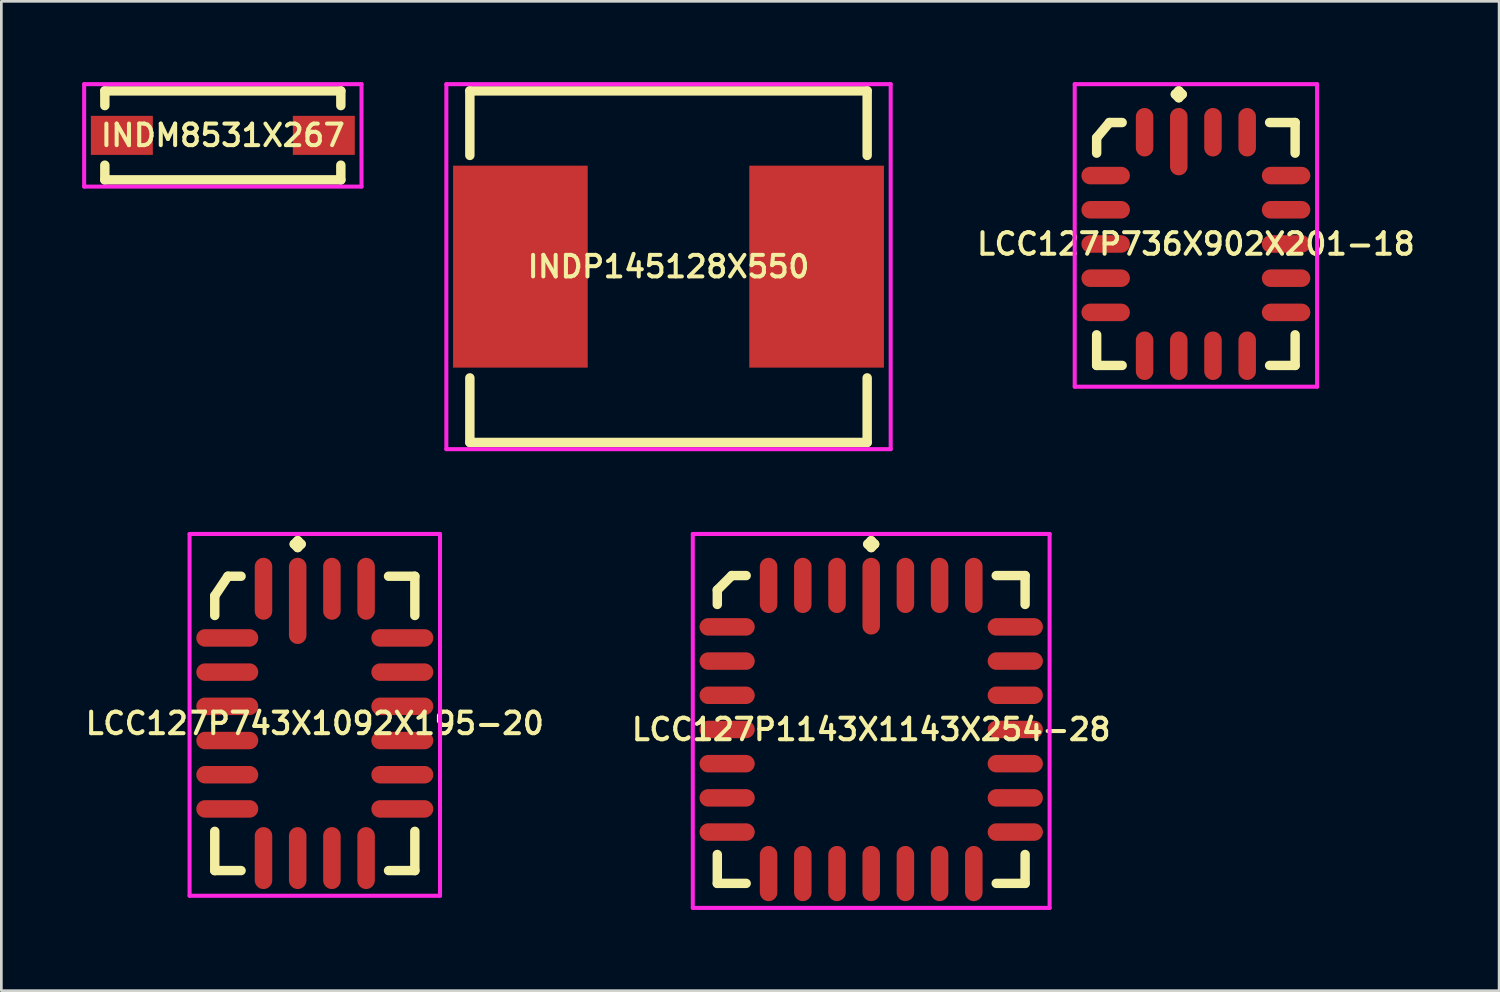
<source format=kicad_pcb>
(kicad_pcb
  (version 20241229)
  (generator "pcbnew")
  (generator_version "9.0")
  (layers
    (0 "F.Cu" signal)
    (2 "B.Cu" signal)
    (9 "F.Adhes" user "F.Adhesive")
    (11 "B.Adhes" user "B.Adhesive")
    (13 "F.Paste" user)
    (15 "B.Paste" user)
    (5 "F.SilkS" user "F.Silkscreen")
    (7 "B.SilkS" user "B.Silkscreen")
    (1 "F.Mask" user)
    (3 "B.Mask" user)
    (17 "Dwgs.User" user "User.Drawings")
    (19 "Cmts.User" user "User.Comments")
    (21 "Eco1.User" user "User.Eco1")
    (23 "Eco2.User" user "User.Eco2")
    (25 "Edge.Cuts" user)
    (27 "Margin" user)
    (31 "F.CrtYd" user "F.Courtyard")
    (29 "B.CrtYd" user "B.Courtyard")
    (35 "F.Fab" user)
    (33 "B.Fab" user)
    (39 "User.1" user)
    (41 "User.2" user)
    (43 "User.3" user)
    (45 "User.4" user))
  (footprint "INDM8531X267"
    (layer "F.Cu")
    (at 5.225 1.977)
    (property "Reference" "INDM8531X267" (at 0 0 0) (layer "F.SilkS") (effects (font (size 0.8 0.8) (thickness 0.15))))
    (attr smd)
    (fp_line (start -4.382 -1.652) (end 4.382 -1.652) (stroke (width 0.35) (type solid)) (layer "F.SilkS"))
    (fp_line (start -4.382 -1.106) (end -4.382 -1.652) (stroke (width 0.35) (type solid)) (layer "F.SilkS"))
    (fp_line (start -4.382 1.106) (end -4.382 1.652) (stroke (width 0.35) (type solid)) (layer "F.SilkS"))
    (fp_line (start -4.382 1.652) (end 4.382 1.652) (stroke (width 0.35) (type solid)) (layer "F.SilkS"))
    (fp_line (start 4.382 -1.652) (end 4.382 -1.106) (stroke (width 0.35) (type solid)) (layer "F.SilkS"))
    (fp_line (start 4.382 1.652) (end 4.382 1.106) (stroke (width 0.35) (type solid)) (layer "F.SilkS"))
    (fp_line (start -5.15 -1.902) (end 5.15 -1.902) (stroke (width 0.15) (type solid)) (layer "F.CrtYd"))
    (fp_line (start -5.15 1.902) (end -5.15 -1.902) (stroke (width 0.15) (type solid)) (layer "F.CrtYd"))
    (fp_line (start 5.15 -1.902) (end 5.15 1.902) (stroke (width 0.15) (type solid)) (layer "F.CrtYd"))
    (fp_line (start 5.15 1.902) (end -5.15 1.902) (stroke (width 0.15) (type solid)) (layer "F.CrtYd"))
    (pad "1" smd rect (at -3.75 0) (size 2.3 1.45) (layers "F.Cu" "F.Mask" "F.Paste"))
    (pad "2" smd rect (at 3.75 0) (size 2.3 1.45) (layers "F.Cu" "F.Mask" "F.Paste")))
  (footprint "LCC127P736X902X201-18"
    (layer "F.Cu")
    (at 41.359 6.01)
    (property "Reference" "LCC127P736X902X201-18" (at 0 0 0) (layer "F.SilkS") (effects (font (size 0.8 0.8) (thickness 0.15))))
    (attr smd)
    (fp_line (start -3.685 -3.942) (end -3.212 -4.51) (stroke (width 0.35) (type solid)) (layer "F.SilkS"))
    (fp_line (start -3.685 -3.373) (end -3.685 -3.942) (stroke (width 0.35) (type solid)) (layer "F.SilkS"))
    (fp_line (start -3.685 3.373) (end -3.685 4.51) (stroke (width 0.35) (type solid)) (layer "F.SilkS"))
    (fp_line (start -3.685 4.51) (end -2.738 4.51) (stroke (width 0.35) (type solid)) (layer "F.SilkS"))
    (fp_line (start -3.212 -4.51) (end -2.738 -4.51) (stroke (width 0.35) (type solid)) (layer "F.SilkS"))
    (fp_line (start -0.762 -5.558) (end -0.635 -5.685) (stroke (width 0.35) (type solid)) (layer "F.SilkS"))
    (fp_line (start -0.635 -5.685) (end -0.508 -5.558) (stroke (width 0.35) (type solid)) (layer "F.SilkS"))
    (fp_line (start -0.635 -5.431) (end -0.762 -5.558) (stroke (width 0.35) (type solid)) (layer "F.SilkS"))
    (fp_line (start -0.508 -5.558) (end -0.635 -5.431) (stroke (width 0.35) (type solid)) (layer "F.SilkS"))
    (fp_line (start 3.685 -4.51) (end 2.738 -4.51) (stroke (width 0.35) (type solid)) (layer "F.SilkS"))
    (fp_line (start 3.685 -3.373) (end 3.685 -4.51) (stroke (width 0.35) (type solid)) (layer "F.SilkS"))
    (fp_line (start 3.685 3.373) (end 3.685 4.51) (stroke (width 0.35) (type solid)) (layer "F.SilkS"))
    (fp_line (start 3.685 4.51) (end 2.738 4.51) (stroke (width 0.35) (type solid)) (layer "F.SilkS"))
    (fp_line (start -4.5 -5.935) (end 4.5 -5.935) (stroke (width 0.15) (type solid)) (layer "F.CrtYd"))
    (fp_line (start -4.5 5.3) (end -4.5 -5.935) (stroke (width 0.15) (type solid)) (layer "F.CrtYd"))
    (fp_line (start 4.5 -5.935) (end 4.5 5.3) (stroke (width 0.15) (type solid)) (layer "F.CrtYd"))
    (fp_line (start 4.5 5.3) (end -4.5 5.3) (stroke (width 0.15) (type solid)) (layer "F.CrtYd"))
    (pad "1" smd oval (at -0.635 -3.8) (size 0.65 2.5) (layers "F.Cu" "F.Mask" "F.Paste"))
    (pad "2" smd oval (at -1.905 -4.15) (size 0.65 1.8) (layers "F.Cu" "F.Mask" "F.Paste"))
    (pad "3" smd oval (at -3.35 -2.54) (size 1.8 0.65) (layers "F.Cu" "F.Mask" "F.Paste"))
    (pad "4" smd oval (at -3.35 -1.27) (size 1.8 0.65) (layers "F.Cu" "F.Mask" "F.Paste"))
    (pad "5" smd oval (at -3.35 0) (size 1.8 0.65) (layers "F.Cu" "F.Mask" "F.Paste"))
    (pad "6" smd oval (at -3.35 1.27) (size 1.8 0.65) (layers "F.Cu" "F.Mask" "F.Paste"))
    (pad "7" smd oval (at -3.35 2.54) (size 1.8 0.65) (layers "F.Cu" "F.Mask" "F.Paste"))
    (pad "8" smd oval (at -1.905 4.15) (size 0.65 1.8) (layers "F.Cu" "F.Mask" "F.Paste"))
    (pad "9" smd oval (at -0.635 4.15) (size 0.65 1.8) (layers "F.Cu" "F.Mask" "F.Paste"))
    (pad "10" smd oval (at 0.635 4.15) (size 0.65 1.8) (layers "F.Cu" "F.Mask" "F.Paste"))
    (pad "11" smd oval (at 1.905 4.15) (size 0.65 1.8) (layers "F.Cu" "F.Mask" "F.Paste"))
    (pad "12" smd oval (at 3.35 2.54) (size 1.8 0.65) (layers "F.Cu" "F.Mask" "F.Paste"))
    (pad "13" smd oval (at 3.35 1.27) (size 1.8 0.65) (layers "F.Cu" "F.Mask" "F.Paste"))
    (pad "14" smd oval (at 3.35 0) (size 1.8 0.65) (layers "F.Cu" "F.Mask" "F.Paste"))
    (pad "15" smd oval (at 3.35 -1.27) (size 1.8 0.65) (layers "F.Cu" "F.Mask" "F.Paste"))
    (pad "16" smd oval (at 3.35 -2.54) (size 1.8 0.65) (layers "F.Cu" "F.Mask" "F.Paste"))
    (pad "17" smd oval (at 1.905 -4.15) (size 0.65 1.8) (layers "F.Cu" "F.Mask" "F.Paste"))
    (pad "18" smd oval (at 0.635 -4.15) (size 0.65 1.8) (layers "F.Cu" "F.Mask" "F.Paste")))
  (footprint "INDP145128X550"
    (layer "F.Cu")
    (at 21.775 6.852)
    (property "Reference" "INDP145128X550" (at 0 0 0) (layer "F.SilkS") (effects (font (size 0.8 0.8) (thickness 0.15))))
    (attr through_hole)
    (fp_line (start -7.377 -6.527) (end 7.377 -6.527) (stroke (width 0.35) (type solid)) (layer "F.SilkS"))
    (fp_line (start -7.377 -4.131) (end -7.377 -6.527) (stroke (width 0.35) (type solid)) (layer "F.SilkS"))
    (fp_line (start -7.377 4.131) (end -7.377 6.527) (stroke (width 0.35) (type solid)) (layer "F.SilkS"))
    (fp_line (start -7.377 6.527) (end 7.377 6.527) (stroke (width 0.35) (type solid)) (layer "F.SilkS"))
    (fp_line (start 7.377 -6.527) (end 7.377 -4.131) (stroke (width 0.35) (type solid)) (layer "F.SilkS"))
    (fp_line (start 7.377 6.527) (end 7.377 4.131) (stroke (width 0.35) (type solid)) (layer "F.SilkS"))
    (fp_line (start -8.25 -6.777) (end 8.25 -6.777) (stroke (width 0.15) (type solid)) (layer "F.CrtYd"))
    (fp_line (start -8.25 6.777) (end -8.25 -6.777) (stroke (width 0.15) (type solid)) (layer "F.CrtYd"))
    (fp_line (start 8.25 -6.777) (end 8.25 6.777) (stroke (width 0.15) (type solid)) (layer "F.CrtYd"))
    (fp_line (start 8.25 6.777) (end -8.25 6.777) (stroke (width 0.15) (type solid)) (layer "F.CrtYd"))
    (pad "1" smd rect (at -5.5 0) (size 5 7.5) (layers "F.Cu" "F.Mask" "F.Paste"))
    (pad "2" smd rect (at 5.5 0) (size 5 7.5) (layers "F.Cu" "F.Mask" "F.Paste")))
  (footprint "LCC127P1143X1143X254-28"
    (layer "F.Cu")
    (at 29.302 24.039)
    (property "Reference" "LCC127P1143X1143X254-28" (at 0 0 0) (layer "F.SilkS") (effects (font (size 0.8 0.8) (thickness 0.15))))
    (attr through_hole)
    (fp_line (start -5.715 -5.179) (end -5.179 -5.715) (stroke (width 0.35) (type solid)) (layer "F.SilkS"))
    (fp_line (start -5.715 -4.643) (end -5.715 -5.179) (stroke (width 0.35) (type solid)) (layer "F.SilkS"))
    (fp_line (start -5.715 4.643) (end -5.715 5.715) (stroke (width 0.35) (type solid)) (layer "F.SilkS"))
    (fp_line (start -5.715 5.715) (end -4.643 5.715) (stroke (width 0.35) (type solid)) (layer "F.SilkS"))
    (fp_line (start -5.179 -5.715) (end -4.643 -5.715) (stroke (width 0.35) (type solid)) (layer "F.SilkS"))
    (fp_line (start -0.127 -6.883) (end 0 -7.01) (stroke (width 0.35) (type solid)) (layer "F.SilkS"))
    (fp_line (start 0 -7.01) (end 0.127 -6.883) (stroke (width 0.35) (type solid)) (layer "F.SilkS"))
    (fp_line (start 0 -6.756) (end -0.127 -6.883) (stroke (width 0.35) (type solid)) (layer "F.SilkS"))
    (fp_line (start 0.127 -6.883) (end 0 -6.756) (stroke (width 0.35) (type solid)) (layer "F.SilkS"))
    (fp_line (start 5.715 -5.715) (end 4.643 -5.715) (stroke (width 0.35) (type solid)) (layer "F.SilkS"))
    (fp_line (start 5.715 -4.643) (end 5.715 -5.715) (stroke (width 0.35) (type solid)) (layer "F.SilkS"))
    (fp_line (start 5.715 4.643) (end 5.715 5.715) (stroke (width 0.35) (type solid)) (layer "F.SilkS"))
    (fp_line (start 5.715 5.715) (end 4.643 5.715) (stroke (width 0.35) (type solid)) (layer "F.SilkS"))
    (fp_line (start -6.625 -7.26) (end 6.625 -7.26) (stroke (width 0.15) (type solid)) (layer "F.CrtYd"))
    (fp_line (start -6.625 6.625) (end -6.625 -7.26) (stroke (width 0.15) (type solid)) (layer "F.CrtYd"))
    (fp_line (start 6.625 -7.26) (end 6.625 6.625) (stroke (width 0.15) (type solid)) (layer "F.CrtYd"))
    (fp_line (start 6.625 6.625) (end -6.625 6.625) (stroke (width 0.15) (type solid)) (layer "F.CrtYd"))
    (pad "1" smd oval (at 0 -4.95) (size 0.65 2.85) (layers "F.Cu" "F.Mask" "F.Paste"))
    (pad "2" smd oval (at -1.27 -5.35) (size 0.65 2.05) (layers "F.Cu" "F.Mask" "F.Paste"))
    (pad "3" smd oval (at -2.54 -5.35) (size 0.65 2.05) (layers "F.Cu" "F.Mask" "F.Paste"))
    (pad "4" smd oval (at -3.81 -5.35) (size 0.65 2.05) (layers "F.Cu" "F.Mask" "F.Paste"))
    (pad "5" smd oval (at -5.35 -3.81) (size 2.05 0.65) (layers "F.Cu" "F.Mask" "F.Paste"))
    (pad "6" smd oval (at -5.35 -2.54) (size 2.05 0.65) (layers "F.Cu" "F.Mask" "F.Paste"))
    (pad "7" smd oval (at -5.35 -1.27) (size 2.05 0.65) (layers "F.Cu" "F.Mask" "F.Paste"))
    (pad "8" smd oval (at -5.35 0) (size 2.05 0.65) (layers "F.Cu" "F.Mask" "F.Paste"))
    (pad "9" smd oval (at -5.35 1.27) (size 2.05 0.65) (layers "F.Cu" "F.Mask" "F.Paste"))
    (pad "10" smd oval (at -5.35 2.54) (size 2.05 0.65) (layers "F.Cu" "F.Mask" "F.Paste"))
    (pad "11" smd oval (at -5.35 3.81) (size 2.05 0.65) (layers "F.Cu" "F.Mask" "F.Paste"))
    (pad "12" smd oval (at -3.81 5.35) (size 0.65 2.05) (layers "F.Cu" "F.Mask" "F.Paste"))
    (pad "13" smd oval (at -2.54 5.35) (size 0.65 2.05) (layers "F.Cu" "F.Mask" "F.Paste"))
    (pad "14" smd oval (at -1.27 5.35) (size 0.65 2.05) (layers "F.Cu" "F.Mask" "F.Paste"))
    (pad "15" smd oval (at 0 5.35) (size 0.65 2.05) (layers "F.Cu" "F.Mask" "F.Paste"))
    (pad "16" smd oval (at 1.27 5.35) (size 0.65 2.05) (layers "F.Cu" "F.Mask" "F.Paste"))
    (pad "17" smd oval (at 2.54 5.35) (size 0.65 2.05) (layers "F.Cu" "F.Mask" "F.Paste"))
    (pad "18" smd oval (at 3.81 5.35) (size 0.65 2.05) (layers "F.Cu" "F.Mask" "F.Paste"))
    (pad "19" smd oval (at 5.35 3.81) (size 2.05 0.65) (layers "F.Cu" "F.Mask" "F.Paste"))
    (pad "20" smd oval (at 5.35 2.54) (size 2.05 0.65) (layers "F.Cu" "F.Mask" "F.Paste"))
    (pad "21" smd oval (at 5.35 1.27) (size 2.05 0.65) (layers "F.Cu" "F.Mask" "F.Paste"))
    (pad "22" smd oval (at 5.35 0) (size 2.05 0.65) (layers "F.Cu" "F.Mask" "F.Paste"))
    (pad "23" smd oval (at 5.35 -1.27) (size 2.05 0.65) (layers "F.Cu" "F.Mask" "F.Paste"))
    (pad "24" smd oval (at 5.35 -2.54) (size 2.05 0.65) (layers "F.Cu" "F.Mask" "F.Paste"))
    (pad "25" smd oval (at 5.35 -3.81) (size 2.05 0.65) (layers "F.Cu" "F.Mask" "F.Paste"))
    (pad "26" smd oval (at 3.81 -5.35) (size 0.65 2.05) (layers "F.Cu" "F.Mask" "F.Paste"))
    (pad "27" smd oval (at 2.54 -5.35) (size 0.65 2.05) (layers "F.Cu" "F.Mask" "F.Paste"))
    (pad "28" smd oval (at 1.27 -5.35) (size 0.65 2.05) (layers "F.Cu" "F.Mask" "F.Paste")))
  (footprint "LCC127P743X1092X195-20"
    (layer "F.Cu")
    (at 8.64 23.814)
    (property "Reference" "LCC127P743X1092X195-20" (at 0 0 0) (layer "F.SilkS") (effects (font (size 0.8 0.8) (thickness 0.15))))
    (attr through_hole)
    (fp_line (start -3.715 -4.737) (end -3.227 -5.465) (stroke (width 0.35) (type solid)) (layer "F.SilkS"))
    (fp_line (start -3.715 -4.008) (end -3.715 -4.737) (stroke (width 0.35) (type solid)) (layer "F.SilkS"))
    (fp_line (start -3.715 4.008) (end -3.715 5.465) (stroke (width 0.35) (type solid)) (layer "F.SilkS"))
    (fp_line (start -3.715 5.465) (end -2.738 5.465) (stroke (width 0.35) (type solid)) (layer "F.SilkS"))
    (fp_line (start -3.227 -5.465) (end -2.738 -5.465) (stroke (width 0.35) (type solid)) (layer "F.SilkS"))
    (fp_line (start -0.762 -6.658) (end -0.635 -6.785) (stroke (width 0.35) (type solid)) (layer "F.SilkS"))
    (fp_line (start -0.635 -6.785) (end -0.508 -6.658) (stroke (width 0.35) (type solid)) (layer "F.SilkS"))
    (fp_line (start -0.635 -6.531) (end -0.762 -6.658) (stroke (width 0.35) (type solid)) (layer "F.SilkS"))
    (fp_line (start -0.508 -6.658) (end -0.635 -6.531) (stroke (width 0.35) (type solid)) (layer "F.SilkS"))
    (fp_line (start 3.715 -5.465) (end 2.738 -5.465) (stroke (width 0.35) (type solid)) (layer "F.SilkS"))
    (fp_line (start 3.715 -4.008) (end 3.715 -5.465) (stroke (width 0.35) (type solid)) (layer "F.SilkS"))
    (fp_line (start 3.715 4.008) (end 3.715 5.465) (stroke (width 0.35) (type solid)) (layer "F.SilkS"))
    (fp_line (start 3.715 5.465) (end 2.738 5.465) (stroke (width 0.35) (type solid)) (layer "F.SilkS"))
    (fp_line (start -4.65 -7.035) (end 4.65 -7.035) (stroke (width 0.15) (type solid)) (layer "F.CrtYd"))
    (fp_line (start -4.65 6.4) (end -4.65 -7.035) (stroke (width 0.15) (type solid)) (layer "F.CrtYd"))
    (fp_line (start 4.65 -7.035) (end 4.65 6.4) (stroke (width 0.15) (type solid)) (layer "F.CrtYd"))
    (fp_line (start 4.65 6.4) (end -4.65 6.4) (stroke (width 0.15) (type solid)) (layer "F.CrtYd"))
    (pad "1" smd oval (at -0.635 -4.55) (size 0.65 3.2) (layers "F.Cu" "F.Mask" "F.Paste"))
    (pad "2" smd oval (at -1.905 -5) (size 0.65 2.3) (layers "F.Cu" "F.Mask" "F.Paste"))
    (pad "3" smd oval (at -3.25 -3.175) (size 2.3 0.65) (layers "F.Cu" "F.Mask" "F.Paste"))
    (pad "4" smd oval (at -3.25 -1.905) (size 2.3 0.65) (layers "F.Cu" "F.Mask" "F.Paste"))
    (pad "5" smd oval (at -3.25 -0.635) (size 2.3 0.65) (layers "F.Cu" "F.Mask" "F.Paste"))
    (pad "6" smd oval (at -3.25 0.635) (size 2.3 0.65) (layers "F.Cu" "F.Mask" "F.Paste"))
    (pad "7" smd oval (at -3.25 1.905) (size 2.3 0.65) (layers "F.Cu" "F.Mask" "F.Paste"))
    (pad "8" smd oval (at -3.25 3.175) (size 2.3 0.65) (layers "F.Cu" "F.Mask" "F.Paste"))
    (pad "9" smd oval (at -1.905 5) (size 0.65 2.3) (layers "F.Cu" "F.Mask" "F.Paste"))
    (pad "10" smd oval (at -0.635 5) (size 0.65 2.3) (layers "F.Cu" "F.Mask" "F.Paste"))
    (pad "11" smd oval (at 0.635 5) (size 0.65 2.3) (layers "F.Cu" "F.Mask" "F.Paste"))
    (pad "12" smd oval (at 1.905 5) (size 0.65 2.3) (layers "F.Cu" "F.Mask" "F.Paste"))
    (pad "13" smd oval (at 3.25 3.175) (size 2.3 0.65) (layers "F.Cu" "F.Mask" "F.Paste"))
    (pad "14" smd oval (at 3.25 1.905) (size 2.3 0.65) (layers "F.Cu" "F.Mask" "F.Paste"))
    (pad "15" smd oval (at 3.25 0.635) (size 2.3 0.65) (layers "F.Cu" "F.Mask" "F.Paste"))
    (pad "16" smd oval (at 3.25 -0.635) (size 2.3 0.65) (layers "F.Cu" "F.Mask" "F.Paste"))
    (pad "17" smd oval (at 3.25 -1.905) (size 2.3 0.65) (layers "F.Cu" "F.Mask" "F.Paste"))
    (pad "18" smd oval (at 3.25 -3.175) (size 2.3 0.65) (layers "F.Cu" "F.Mask" "F.Paste"))
    (pad "19" smd oval (at 1.905 -5) (size 0.65 2.3) (layers "F.Cu" "F.Mask" "F.Paste"))
    (pad "20" smd oval (at 0.635 -5) (size 0.65 2.3) (layers "F.Cu" "F.Mask" "F.Paste")))
  (gr_rect
    (start -3 -3)
    (end 52.619 33.739)
    (stroke (width 0.1) (type default))
    (fill no)
    (layer "Edge.Cuts")))
</source>
